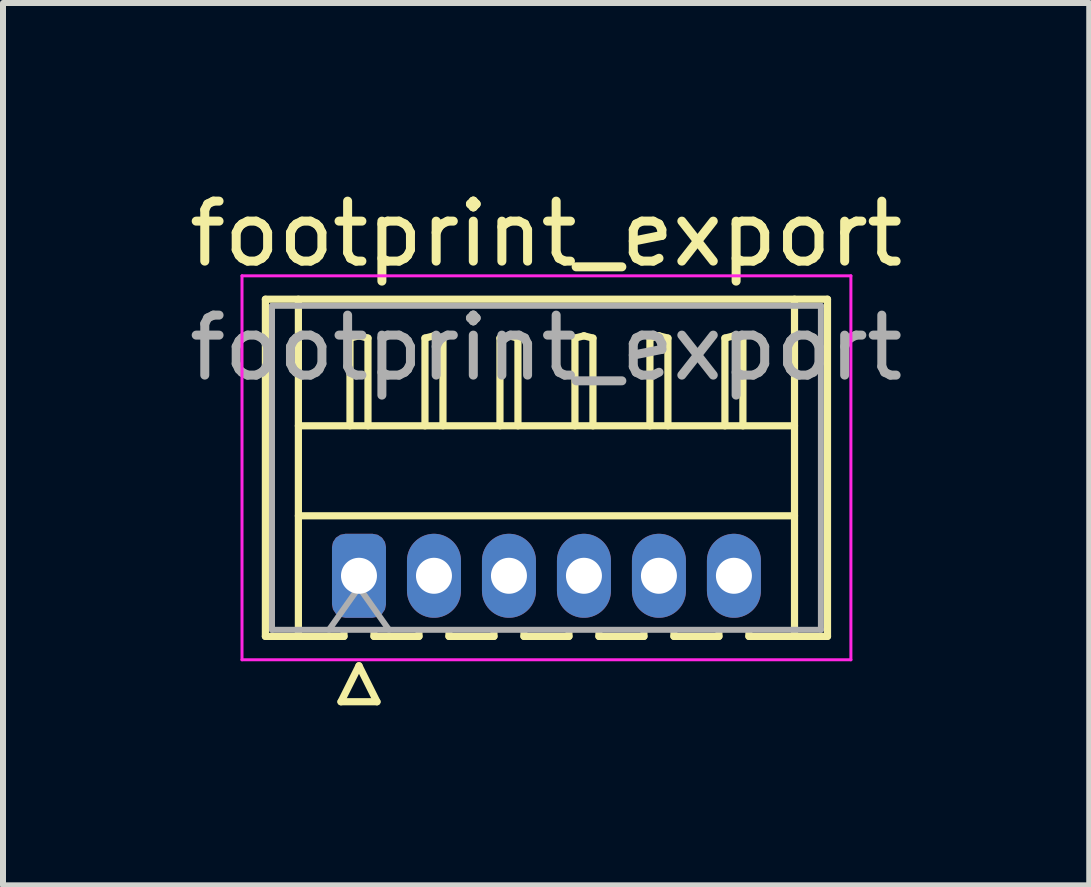
<source format=kicad_pcb>
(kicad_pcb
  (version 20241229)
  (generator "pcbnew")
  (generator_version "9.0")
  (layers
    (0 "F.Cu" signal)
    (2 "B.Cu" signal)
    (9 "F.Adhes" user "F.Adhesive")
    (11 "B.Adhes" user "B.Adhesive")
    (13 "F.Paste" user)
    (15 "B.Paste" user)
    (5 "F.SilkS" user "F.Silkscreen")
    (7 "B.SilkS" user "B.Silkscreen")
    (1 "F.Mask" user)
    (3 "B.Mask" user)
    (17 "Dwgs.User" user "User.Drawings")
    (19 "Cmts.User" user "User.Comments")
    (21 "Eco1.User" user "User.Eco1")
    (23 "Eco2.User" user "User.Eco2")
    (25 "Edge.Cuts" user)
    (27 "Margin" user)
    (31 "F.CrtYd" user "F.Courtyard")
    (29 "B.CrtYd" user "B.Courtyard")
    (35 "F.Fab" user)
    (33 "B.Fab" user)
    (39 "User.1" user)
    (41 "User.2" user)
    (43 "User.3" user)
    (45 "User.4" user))
  (footprint "footprint_export"
    (layer "F.Cu")
    (at 2.934 6.548)
    (property "Reference" "footprint_export" (at 3.12 -5.7 0) (layer "F.SilkS") (effects (font (size 1 1) (thickness 0.15))))
    (attr through_hole)
    (fp_line (start -1.56 -4.61) (end 7.81 -4.61) (stroke (width 0.12) (type solid)) (layer "F.SilkS"))
    (fp_line (start -1.56 1.01) (end -1.56 -4.61) (stroke (width 0.12) (type solid)) (layer "F.SilkS"))
    (fp_line (start -1.01 -4.61) (end -1.01 1.01) (stroke (width 0.12) (type solid)) (layer "F.SilkS"))
    (fp_line (start -1.01 -2.5) (end 7.26 -2.5) (stroke (width 0.12) (type solid)) (layer "F.SilkS"))
    (fp_line (start -1.01 -1) (end 7.26 -1) (stroke (width 0.12) (type solid)) (layer "F.SilkS"))
    (fp_line (start -0.3 2.1) (end 0.3 2.1) (stroke (width 0.12) (type solid)) (layer "F.SilkS"))
    (fp_line (start -0.25 0.96) (end -0.25 1.01) (stroke (width 0.12) (type solid)) (layer "F.SilkS"))
    (fp_line (start -0.25 1.01) (end -1.56 1.01) (stroke (width 0.12) (type solid)) (layer "F.SilkS"))
    (fp_line (start -0.15 -3.962) (end 0 -4) (stroke (width 0.12) (type solid)) (layer "F.SilkS"))
    (fp_line (start -0.15 -2.5) (end -0.15 -3.962) (stroke (width 0.12) (type solid)) (layer "F.SilkS"))
    (fp_line (start 0 -4) (end 0.15 -3.962) (stroke (width 0.12) (type solid)) (layer "F.SilkS"))
    (fp_line (start 0 1.5) (end -0.3 2.1) (stroke (width 0.12) (type solid)) (layer "F.SilkS"))
    (fp_line (start 0.15 -3.962) (end 0.15 -2.5) (stroke (width 0.12) (type solid)) (layer "F.SilkS"))
    (fp_line (start 0.25 0.96) (end 0.25 1.01) (stroke (width 0.12) (type solid)) (layer "F.SilkS"))
    (fp_line (start 0.25 1.01) (end 1 1.01) (stroke (width 0.12) (type solid)) (layer "F.SilkS"))
    (fp_line (start 0.3 2.1) (end 0 1.5) (stroke (width 0.12) (type solid)) (layer "F.SilkS"))
    (fp_line (start 1 1.01) (end 1 0.96) (stroke (width 0.12) (type solid)) (layer "F.SilkS"))
    (fp_line (start 1.1 -3.962) (end 1.25 -4) (stroke (width 0.12) (type solid)) (layer "F.SilkS"))
    (fp_line (start 1.1 -2.5) (end 1.1 -3.962) (stroke (width 0.12) (type solid)) (layer "F.SilkS"))
    (fp_line (start 1.25 -4) (end 1.4 -3.962) (stroke (width 0.12) (type solid)) (layer "F.SilkS"))
    (fp_line (start 1.4 -3.962) (end 1.4 -2.5) (stroke (width 0.12) (type solid)) (layer "F.SilkS"))
    (fp_line (start 1.5 0.96) (end 1.5 1.01) (stroke (width 0.12) (type solid)) (layer "F.SilkS"))
    (fp_line (start 1.5 1.01) (end 2.25 1.01) (stroke (width 0.12) (type solid)) (layer "F.SilkS"))
    (fp_line (start 2.25 1.01) (end 2.25 0.96) (stroke (width 0.12) (type solid)) (layer "F.SilkS"))
    (fp_line (start 2.35 -3.962) (end 2.5 -4) (stroke (width 0.12) (type solid)) (layer "F.SilkS"))
    (fp_line (start 2.35 -2.5) (end 2.35 -3.962) (stroke (width 0.12) (type solid)) (layer "F.SilkS"))
    (fp_line (start 2.5 -4) (end 2.65 -3.962) (stroke (width 0.12) (type solid)) (layer "F.SilkS"))
    (fp_line (start 2.65 -3.962) (end 2.65 -2.5) (stroke (width 0.12) (type solid)) (layer "F.SilkS"))
    (fp_line (start 2.75 0.96) (end 2.75 1.01) (stroke (width 0.12) (type solid)) (layer "F.SilkS"))
    (fp_line (start 2.75 1.01) (end 3.5 1.01) (stroke (width 0.12) (type solid)) (layer "F.SilkS"))
    (fp_line (start 3.5 1.01) (end 3.5 0.96) (stroke (width 0.12) (type solid)) (layer "F.SilkS"))
    (fp_line (start 3.6 -3.962) (end 3.75 -4) (stroke (width 0.12) (type solid)) (layer "F.SilkS"))
    (fp_line (start 3.6 -2.5) (end 3.6 -3.962) (stroke (width 0.12) (type solid)) (layer "F.SilkS"))
    (fp_line (start 3.75 -4) (end 3.9 -3.962) (stroke (width 0.12) (type solid)) (layer "F.SilkS"))
    (fp_line (start 3.9 -3.962) (end 3.9 -2.5) (stroke (width 0.12) (type solid)) (layer "F.SilkS"))
    (fp_line (start 4 0.96) (end 4 1.01) (stroke (width 0.12) (type solid)) (layer "F.SilkS"))
    (fp_line (start 4 1.01) (end 4.75 1.01) (stroke (width 0.12) (type solid)) (layer "F.SilkS"))
    (fp_line (start 4.75 1.01) (end 4.75 0.96) (stroke (width 0.12) (type solid)) (layer "F.SilkS"))
    (fp_line (start 4.85 -3.962) (end 5 -4) (stroke (width 0.12) (type solid)) (layer "F.SilkS"))
    (fp_line (start 4.85 -2.5) (end 4.85 -3.962) (stroke (width 0.12) (type solid)) (layer "F.SilkS"))
    (fp_line (start 5 -4) (end 5.15 -3.962) (stroke (width 0.12) (type solid)) (layer "F.SilkS"))
    (fp_line (start 5.15 -3.962) (end 5.15 -2.5) (stroke (width 0.12) (type solid)) (layer "F.SilkS"))
    (fp_line (start 5.25 0.96) (end 5.25 1.01) (stroke (width 0.12) (type solid)) (layer "F.SilkS"))
    (fp_line (start 5.25 1.01) (end 6 1.01) (stroke (width 0.12) (type solid)) (layer "F.SilkS"))
    (fp_line (start 6 1.01) (end 6 0.96) (stroke (width 0.12) (type solid)) (layer "F.SilkS"))
    (fp_line (start 6.1 -3.962) (end 6.25 -4) (stroke (width 0.12) (type solid)) (layer "F.SilkS"))
    (fp_line (start 6.1 -2.5) (end 6.1 -3.962) (stroke (width 0.12) (type solid)) (layer "F.SilkS"))
    (fp_line (start 6.25 -4) (end 6.4 -3.962) (stroke (width 0.12) (type solid)) (layer "F.SilkS"))
    (fp_line (start 6.4 -3.962) (end 6.4 -2.5) (stroke (width 0.12) (type solid)) (layer "F.SilkS"))
    (fp_line (start 6.5 1.01) (end 6.5 0.96) (stroke (width 0.12) (type solid)) (layer "F.SilkS"))
    (fp_line (start 7.26 -4.61) (end 7.26 1.01) (stroke (width 0.12) (type solid)) (layer "F.SilkS"))
    (fp_line (start 7.81 -4.61) (end 7.81 1.01) (stroke (width 0.12) (type solid)) (layer "F.SilkS"))
    (fp_line (start 7.81 1.01) (end 6.5 1.01) (stroke (width 0.12) (type solid)) (layer "F.SilkS"))
    (fp_line (start -1.95 -5) (end -1.95 1.4) (stroke (width 0.05) (type solid)) (layer "F.CrtYd"))
    (fp_line (start -1.95 1.4) (end 8.2 1.4) (stroke (width 0.05) (type solid)) (layer "F.CrtYd"))
    (fp_line (start 8.2 -5) (end -1.95 -5) (stroke (width 0.05) (type solid)) (layer "F.CrtYd"))
    (fp_line (start 8.2 1.4) (end 8.2 -5) (stroke (width 0.05) (type solid)) (layer "F.CrtYd"))
    (fp_line (start -1.45 -4.5) (end -1.45 0.9) (stroke (width 0.1) (type solid)) (layer "F.Fab"))
    (fp_line (start -1.45 0.9) (end 7.7 0.9) (stroke (width 0.1) (type solid)) (layer "F.Fab"))
    (fp_line (start -0.5 0.9) (end 0 0.193) (stroke (width 0.1) (type solid)) (layer "F.Fab"))
    (fp_line (start 0 0.193) (end 0.5 0.9) (stroke (width 0.1) (type solid)) (layer "F.Fab"))
    (fp_line (start 7.7 -4.5) (end -1.45 -4.5) (stroke (width 0.1) (type solid)) (layer "F.Fab"))
    (fp_line (start 7.7 0.9) (end 7.7 -4.5) (stroke (width 0.1) (type solid)) (layer "F.Fab"))
    (fp_text user "${REFERENCE}" (at 3.12 -3.8 0) (layer "F.Fab") (effects (font (size 1 1) (thickness 0.15))))
    (pad "1" thru_hole roundrect (at 0 0) (size 0.9 1.4) (drill 0.6) (layers "*.Cu" "*.Mask") (roundrect_rratio 0.25))
    (pad "2" thru_hole oval (at 1.25 0) (size 0.9 1.4) (drill 0.6) (layers "*.Cu" "*.Mask"))
    (pad "3" thru_hole oval (at 2.5 0) (size 0.9 1.4) (drill 0.6) (layers "*.Cu" "*.Mask"))
    (pad "4" thru_hole oval (at 3.75 0) (size 0.9 1.4) (drill 0.6) (layers "*.Cu" "*.Mask"))
    (pad "5" thru_hole oval (at 5 0) (size 0.9 1.4) (drill 0.6) (layers "*.Cu" "*.Mask"))
    (pad "6" thru_hole oval (at 6.25 0) (size 0.9 1.4) (drill 0.6) (layers "*.Cu" "*.Mask")))
  (gr_rect
    (start -3 -3)
    (end 15.107 11.708)
    (stroke (width 0.1) (type default))
    (fill no)
    (layer "Edge.Cuts")))
</source>
